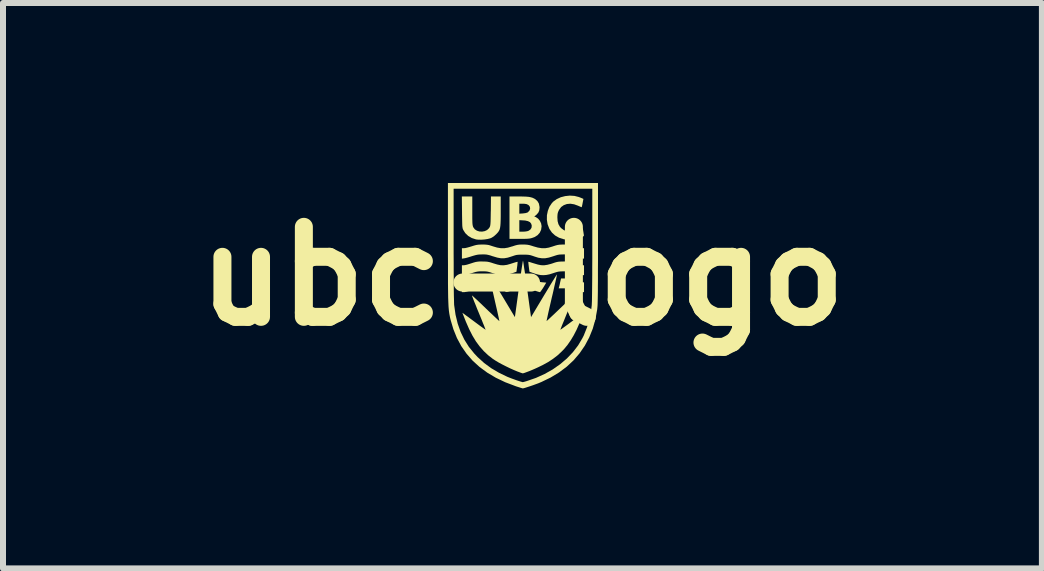
<source format=kicad_pcb>
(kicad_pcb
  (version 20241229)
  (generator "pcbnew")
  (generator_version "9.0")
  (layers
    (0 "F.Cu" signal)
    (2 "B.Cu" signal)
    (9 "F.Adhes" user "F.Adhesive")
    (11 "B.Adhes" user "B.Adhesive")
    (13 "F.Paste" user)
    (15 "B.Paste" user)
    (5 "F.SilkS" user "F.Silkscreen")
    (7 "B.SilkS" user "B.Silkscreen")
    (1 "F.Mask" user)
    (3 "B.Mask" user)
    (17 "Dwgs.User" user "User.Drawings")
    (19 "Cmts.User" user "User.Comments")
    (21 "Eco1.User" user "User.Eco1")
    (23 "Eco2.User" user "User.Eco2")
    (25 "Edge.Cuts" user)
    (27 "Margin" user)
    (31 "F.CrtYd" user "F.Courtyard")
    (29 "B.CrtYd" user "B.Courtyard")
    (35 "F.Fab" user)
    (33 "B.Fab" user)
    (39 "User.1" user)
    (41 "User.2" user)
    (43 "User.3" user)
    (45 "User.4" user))
  (footprint "ubc-logo"
    (layer "F.Cu")
    (at 5.657 1.552)
    (property "Reference" "ubc-logo" (at 0 0 0) (layer "F.SilkS") (effects (font (size 1.5 1.5) (thickness 0.3))))
    (attr board_only exclude_from_pos_files exclude_from_bom)
    (fp_poly (pts (xy -0.123 0.055) (xy -0.122 0.065) (xy -0.124 0.088) (xy -0.127 0.12) (xy -0.13 0.141) (xy -0.14 0.223) (xy -0.189 0.24) (xy -0.227 0.255) (xy -0.254 0.262) (xy -0.273 0.262) (xy -0.289 0.253) (xy -0.304 0.232) (xy -0.324 0.199) (xy -0.331 0.188) (xy -0.379 0.108) (xy -0.313 0.102) (xy -0.266 0.095) (xy -0.217 0.084) (xy -0.186 0.074) (xy -0.157 0.064) (xy -0.135 0.057) (xy -0.123 0.055)) (stroke (width 0) (type solid)) (fill yes) (layer "F.SilkS"))
    (fp_poly (pts (xy -0.612 0.099) (xy -0.604 0.133) (xy -0.597 0.162) (xy -0.593 0.181) (xy -0.587 0.203) (xy -0.675 0.203) (xy -0.717 0.204) (xy -0.751 0.207) (xy -0.783 0.213) (xy -0.819 0.223) (xy -0.855 0.236) (xy -0.896 0.249) (xy -0.933 0.259) (xy -0.963 0.266) (xy -0.978 0.267) (xy -1.009 0.267) (xy -1.009 0.185) (xy -1.009 0.103) (xy -0.982 0.103) (xy -0.964 0.101) (xy -0.934 0.094) (xy -0.896 0.083) (xy -0.86 0.072) (xy -0.81 0.056) (xy -0.771 0.046) (xy -0.737 0.041) (xy -0.701 0.039) (xy -0.694 0.039) (xy -0.626 0.039)) (stroke (width 0) (type solid)) (fill yes) (layer "F.SilkS"))
    (fp_poly (pts (xy 0.149 0.056) (xy 0.17 0.062) (xy 0.199 0.072) (xy 0.203 0.074) (xy 0.247 0.087) (xy 0.297 0.098) (xy 0.33 0.102) (xy 0.397 0.108) (xy 0.349 0.188) (xy 0.328 0.22) (xy 0.31 0.246) (xy 0.297 0.263) (xy 0.291 0.267) (xy 0.278 0.264) (xy 0.254 0.257) (xy 0.223 0.247) (xy 0.22 0.246) (xy 0.191 0.235) (xy 0.169 0.228) (xy 0.159 0.224) (xy 0.158 0.224) (xy 0.156 0.216) (xy 0.153 0.196) (xy 0.15 0.167) (xy 0.146 0.134) (xy 0.143 0.102) (xy 0.141 0.076) (xy 0.14 0.059) (xy 0.14 0.055)) (stroke (width 0) (type solid)) (fill yes) (layer "F.SilkS"))
    (fp_poly (pts (xy 0.712 0.039) (xy 0.748 0.041) (xy 0.783 0.045) (xy 0.821 0.054) (xy 0.868 0.069) (xy 0.877 0.072) (xy 0.918 0.084) (xy 0.955 0.095) (xy 0.984 0.101) (xy 1 0.103) (xy 1.026 0.103) (xy 1.026 0.185) (xy 1.026 0.267) (xy 0.994 0.267) (xy 0.972 0.264) (xy 0.939 0.256) (xy 0.901 0.245) (xy 0.871 0.235) (xy 0.827 0.221) (xy 0.793 0.211) (xy 0.761 0.206) (xy 0.726 0.204) (xy 0.692 0.203) (xy 0.604 0.203) (xy 0.61 0.181) (xy 0.615 0.162) (xy 0.622 0.132) (xy 0.629 0.099) (xy 0.643 0.039)) (stroke (width 0) (type solid)) (fill yes) (layer "F.SilkS"))
    (fp_poly (pts (xy -0.668 -0.244) (xy -0.623 -0.243) (xy -0.589 -0.241) (xy -0.557 -0.235) (xy -0.523 -0.226) (xy -0.481 -0.212) (xy -0.417 -0.193) (xy -0.363 -0.182) (xy -0.311 -0.181) (xy -0.258 -0.188) (xy -0.198 -0.205) (xy -0.176 -0.212) (xy -0.139 -0.224) (xy -0.109 -0.233) (xy -0.088 -0.238) (xy -0.081 -0.239) (xy -0.081 -0.23) (xy -0.083 -0.207) (xy -0.086 -0.175) (xy -0.089 -0.155) (xy -0.1 -0.073) (xy -0.168 -0.049) (xy -0.249 -0.025) (xy -0.322 -0.016) (xy -0.375 -0.018) (xy -0.402 -0.023) (xy -0.44 -0.032) (xy -0.481 -0.045) (xy -0.5 -0.051) (xy -0.542 -0.065) (xy -0.576 -0.074) (xy -0.61 -0.079) (xy -0.649 -0.08) (xy -0.668 -0.08) (xy -0.709 -0.08) (xy -0.742 -0.077) (xy -0.774 -0.071) (xy -0.809 -0.061) (xy -0.847 -0.049) (xy -0.888 -0.036) (xy -0.927 -0.025) (xy -0.958 -0.019) (xy -0.974 -0.017) (xy -1.009 -0.017) (xy -1.009 -0.099) (xy -1.009 -0.181) (xy -0.978 -0.181) (xy -0.957 -0.184) (xy -0.925 -0.191) (xy -0.887 -0.203) (xy -0.855 -0.213) (xy -0.812 -0.227) (xy -0.779 -0.236) (xy -0.749 -0.241) (xy -0.717 -0.244) (xy -0.674 -0.244)) (stroke (width 0) (type solid)) (fill yes) (layer "F.SilkS"))
    (fp_poly (pts (xy 0.729 -0.244) (xy 0.763 -0.242) (xy 0.793 -0.237) (xy 0.825 -0.228) (xy 0.867 -0.215) (xy 0.872 -0.213) (xy 0.913 -0.2) (xy 0.951 -0.189) (xy 0.98 -0.183) (xy 0.995 -0.181) (xy 1.026 -0.181) (xy 1.026 -0.099) (xy 1.026 -0.017) (xy 0.992 -0.017) (xy 0.969 -0.02) (xy 0.936 -0.028) (xy 0.896 -0.039) (xy 0.864 -0.049) (xy 0.82 -0.063) (xy 0.786 -0.072) (xy 0.755 -0.078) (xy 0.721 -0.08) (xy 0.685 -0.08) (xy 0.641 -0.079) (xy 0.606 -0.076) (xy 0.573 -0.069) (xy 0.535 -0.057) (xy 0.517 -0.051) (xy 0.454 -0.031) (xy 0.4 -0.02) (xy 0.351 -0.016) (xy 0.302 -0.018) (xy 0.302 -0.018) (xy 0.27 -0.024) (xy 0.23 -0.034) (xy 0.191 -0.047) (xy 0.186 -0.049) (xy 0.117 -0.073) (xy 0.106 -0.155) (xy 0.102 -0.19) (xy 0.099 -0.218) (xy 0.098 -0.236) (xy 0.098 -0.239) (xy 0.107 -0.238) (xy 0.129 -0.232) (xy 0.16 -0.222) (xy 0.193 -0.212) (xy 0.257 -0.193) (xy 0.312 -0.182) (xy 0.363 -0.181) (xy 0.416 -0.189) (xy 0.477 -0.205) (xy 0.499 -0.212) (xy 0.542 -0.227) (xy 0.576 -0.236) (xy 0.608 -0.241) (xy 0.643 -0.243) (xy 0.685 -0.244)) (stroke (width 0) (type solid)) (fill yes) (layer "F.SilkS"))
    (fp_poly (pts (xy -0.836 -1.089) (xy -0.836 -1.018) (xy -0.836 -0.962) (xy -0.835 -0.919) (xy -0.834 -0.887) (xy -0.832 -0.863) (xy -0.829 -0.845) (xy -0.826 -0.831) (xy -0.821 -0.819) (xy -0.819 -0.814) (xy -0.794 -0.78) (xy -0.758 -0.757) (xy -0.717 -0.744) (xy -0.672 -0.742) (xy -0.629 -0.75) (xy -0.59 -0.768) (xy -0.559 -0.797) (xy -0.547 -0.815) (xy -0.542 -0.826) (xy -0.538 -0.839) (xy -0.535 -0.856) (xy -0.533 -0.878) (xy -0.531 -0.909) (xy -0.53 -0.949) (xy -0.529 -1.002) (xy -0.528 -1.07) (xy -0.527 -1.089) (xy -0.525 -1.328) (xy -0.443 -1.328) (xy -0.362 -1.328) (xy -0.362 -1.084) (xy -0.362 -1.002) (xy -0.363 -0.936) (xy -0.365 -0.882) (xy -0.368 -0.84) (xy -0.373 -0.806) (xy -0.38 -0.779) (xy -0.39 -0.757) (xy -0.403 -0.737) (xy -0.42 -0.717) (xy -0.438 -0.698) (xy -0.476 -0.664) (xy -0.512 -0.641) (xy -0.537 -0.63) (xy -0.58 -0.619) (xy -0.632 -0.611) (xy -0.688 -0.607) (xy -0.739 -0.608) (xy -0.774 -0.612) (xy -0.844 -0.635) (xy -0.904 -0.67) (xy -0.953 -0.717) (xy -0.984 -0.766) (xy -0.99 -0.778) (xy -0.995 -0.79) (xy -0.998 -0.804) (xy -1.001 -0.822) (xy -1.003 -0.847) (xy -1.004 -0.88) (xy -1.005 -0.923) (xy -1.006 -0.979) (xy -1.007 -1.05) (xy -1.007 -1.067) (xy -1.01 -1.328) (xy -0.923 -1.328) (xy -0.836 -1.328)) (stroke (width 0) (type solid)) (fill yes) (layer "F.SilkS"))
    (fp_poly (pts (xy 0.867 -1.337) (xy 0.939 -1.319) (xy 0.97 -1.307) (xy 1.016 -1.286) (xy 1.003 -1.219) (xy 0.997 -1.187) (xy 0.991 -1.162) (xy 0.988 -1.15) (xy 0.988 -1.149) (xy 0.979 -1.151) (xy 0.96 -1.159) (xy 0.932 -1.171) (xy 0.928 -1.173) (xy 0.862 -1.197) (xy 0.799 -1.207) (xy 0.741 -1.202) (xy 0.689 -1.183) (xy 0.645 -1.152) (xy 0.612 -1.107) (xy 0.607 -1.098) (xy 0.593 -1.067) (xy 0.586 -1.04) (xy 0.583 -1.008) (xy 0.582 -0.979) (xy 0.586 -0.916) (xy 0.6 -0.865) (xy 0.624 -0.823) (xy 0.645 -0.8) (xy 0.691 -0.766) (xy 0.747 -0.746) (xy 0.798 -0.741) (xy 0.833 -0.744) (xy 0.874 -0.752) (xy 0.915 -0.764) (xy 0.949 -0.777) (xy 0.97 -0.788) (xy 0.989 -0.799) (xy 1.001 -0.797) (xy 1.008 -0.781) (xy 1.012 -0.758) (xy 1.017 -0.727) (xy 1.021 -0.699) (xy 1.023 -0.69) (xy 1.024 -0.676) (xy 1.019 -0.666) (xy 1.003 -0.656) (xy 0.983 -0.647) (xy 0.895 -0.619) (xy 0.806 -0.606) (xy 0.717 -0.61) (xy 0.685 -0.616) (xy 0.61 -0.64) (xy 0.545 -0.677) (xy 0.492 -0.725) (xy 0.451 -0.784) (xy 0.446 -0.794) (xy 0.419 -0.865) (xy 0.407 -0.94) (xy 0.408 -1.015) (xy 0.423 -1.088) (xy 0.449 -1.155) (xy 0.489 -1.215) (xy 0.515 -1.243) (xy 0.572 -1.284) (xy 0.639 -1.315) (xy 0.713 -1.334) (xy 0.79 -1.342)) (stroke (width 0) (type solid)) (fill yes) (layer "F.SilkS"))
    (fp_poly (pts (xy 0.005 -1.327) (xy 0.061 -1.325) (xy 0.106 -1.321) (xy 0.141 -1.314) (xy 0.171 -1.305) (xy 0.197 -1.292) (xy 0.21 -1.285) (xy 0.249 -1.251) (xy 0.274 -1.209) (xy 0.284 -1.157) (xy 0.285 -1.142) (xy 0.28 -1.095) (xy 0.264 -1.058) (xy 0.236 -1.026) (xy 0.228 -1.019) (xy 0.197 -0.994) (xy 0.223 -0.984) (xy 0.26 -0.959) (xy 0.29 -0.923) (xy 0.311 -0.879) (xy 0.319 -0.833) (xy 0.319 -0.83) (xy 0.311 -0.772) (xy 0.288 -0.723) (xy 0.251 -0.682) (xy 0.201 -0.651) (xy 0.168 -0.639) (xy 0.145 -0.632) (xy 0.121 -0.627) (xy 0.094 -0.624) (xy 0.061 -0.622) (xy 0.017 -0.621) (xy -0.04 -0.621) (xy -0.053 -0.621) (xy -0.216 -0.621) (xy -0.216 -0.837) (xy -0.052 -0.837) (xy -0.052 -0.741) (xy 0.009 -0.741) (xy 0.044 -0.743) (xy 0.077 -0.748) (xy 0.098 -0.754) (xy 0.131 -0.775) (xy 0.151 -0.806) (xy 0.155 -0.842) (xy 0.146 -0.873) (xy 0.126 -0.899) (xy 0.093 -0.916) (xy 0.046 -0.927) (xy 0.015 -0.929) (xy -0.052 -0.933) (xy -0.052 -0.837) (xy -0.216 -0.837) (xy -0.216 -0.974) (xy -0.216 -1.124) (xy -0.052 -1.124) (xy -0.052 -1.041) (xy 0.009 -1.045) (xy 0.054 -1.051) (xy 0.085 -1.061) (xy 0.093 -1.067) (xy 0.118 -1.094) (xy 0.128 -1.124) (xy 0.124 -1.155) (xy 0.105 -1.181) (xy 0.092 -1.19) (xy 0.067 -1.201) (xy 0.034 -1.206) (xy 0.006 -1.207) (xy -0.052 -1.207) (xy -0.052 -1.124) (xy -0.216 -1.124) (xy -0.216 -1.328) (xy -0.065 -1.328)) (stroke (width 0) (type solid)) (fill yes) (layer "F.SilkS"))
    (fp_poly (pts (xy 0.05 -0.526) (xy 0.084 -0.523) (xy 0.116 -0.517) (xy 0.154 -0.506) (xy 0.185 -0.496) (xy 0.256 -0.476) (xy 0.319 -0.466) (xy 0.377 -0.465) (xy 0.438 -0.475) (xy 0.505 -0.495) (xy 0.507 -0.496) (xy 0.55 -0.51) (xy 0.584 -0.519) (xy 0.615 -0.524) (xy 0.651 -0.526) (xy 0.685 -0.527) (xy 0.728 -0.526) (xy 0.763 -0.523) (xy 0.795 -0.518) (xy 0.831 -0.508) (xy 0.866 -0.496) (xy 0.907 -0.483) (xy 0.945 -0.473) (xy 0.976 -0.467) (xy 0.992 -0.466) (xy 1.026 -0.466) (xy 1.026 -0.378) (xy 1.026 -0.291) (xy 0.986 -0.297) (xy 0.961 -0.302) (xy 0.926 -0.312) (xy 0.885 -0.324) (xy 0.858 -0.333) (xy 0.813 -0.347) (xy 0.777 -0.355) (xy 0.744 -0.36) (xy 0.706 -0.362) (xy 0.685 -0.362) (xy 0.644 -0.361) (xy 0.612 -0.359) (xy 0.581 -0.353) (xy 0.545 -0.342) (xy 0.509 -0.33) (xy 0.44 -0.309) (xy 0.379 -0.298) (xy 0.322 -0.298) (xy 0.264 -0.307) (xy 0.2 -0.327) (xy 0.198 -0.328) (xy 0.163 -0.34) (xy 0.134 -0.349) (xy 0.108 -0.354) (xy 0.078 -0.357) (xy 0.04 -0.358) (xy 0.009 -0.358) (xy -0.038 -0.358) (xy -0.072 -0.356) (xy -0.1 -0.353) (xy -0.127 -0.346) (xy -0.157 -0.336) (xy -0.181 -0.328) (xy -0.245 -0.308) (xy -0.303 -0.298) (xy -0.36 -0.298) (xy -0.42 -0.309) (xy -0.49 -0.33) (xy -0.492 -0.33) (xy -0.536 -0.345) (xy -0.57 -0.354) (xy -0.601 -0.36) (xy -0.635 -0.362) (xy -0.667 -0.362) (xy -0.71 -0.361) (xy -0.744 -0.358) (xy -0.778 -0.351) (xy -0.818 -0.34) (xy -0.841 -0.333) (xy -0.882 -0.32) (xy -0.922 -0.308) (xy -0.954 -0.3) (xy -0.969 -0.297) (xy -1.009 -0.291) (xy -1.009 -0.378) (xy -1.009 -0.466) (xy -0.974 -0.466) (xy -0.952 -0.468) (xy -0.918 -0.476) (xy -0.879 -0.487) (xy -0.849 -0.496) (xy -0.805 -0.51) (xy -0.77 -0.519) (xy -0.738 -0.524) (xy -0.703 -0.526) (xy -0.668 -0.527) (xy -0.624 -0.526) (xy -0.59 -0.523) (xy -0.559 -0.518) (xy -0.524 -0.507) (xy -0.49 -0.496) (xy -0.422 -0.476) (xy -0.362 -0.466) (xy -0.303 -0.465) (xy -0.241 -0.475) (xy -0.17 -0.496) (xy -0.168 -0.496) (xy -0.123 -0.511) (xy -0.088 -0.52) (xy -0.055 -0.525) (xy -0.02 -0.527) (xy 0.009 -0.527)) (stroke (width 0) (type solid)) (fill yes) (layer "F.SilkS"))
    (fp_poly (pts (xy 1.259 -0.548) (xy 1.259 -0.39) (xy 1.259 -0.249) (xy 1.258 -0.122) (xy 1.258 -0.011) (xy 1.258 0.088) (xy 1.257 0.174) (xy 1.257 0.249) (xy 1.256 0.313) (xy 1.255 0.368) (xy 1.254 0.414) (xy 1.253 0.452) (xy 1.252 0.484) (xy 1.25 0.511) (xy 1.248 0.533) (xy 1.246 0.551) (xy 1.246 0.554) (xy 1.216 0.719) (xy 1.172 0.875) (xy 1.113 1.021) (xy 1.04 1.158) (xy 0.953 1.285) (xy 0.853 1.402) (xy 0.738 1.509) (xy 0.61 1.605) (xy 0.469 1.69) (xy 0.314 1.765) (xy 0.299 1.771) (xy 0.261 1.787) (xy 0.217 1.803) (xy 0.17 1.82) (xy 0.123 1.836) (xy 0.08 1.85) (xy 0.043 1.862) (xy 0.017 1.869) (xy 0.005 1.871) (xy -0.006 1.868) (xy -0.03 1.861) (xy -0.064 1.85) (xy -0.105 1.837) (xy -0.116 1.833) (xy -0.287 1.768) (xy -0.444 1.693) (xy -0.587 1.608) (xy -0.716 1.513) (xy -0.831 1.408) (xy -0.932 1.292) (xy -1.019 1.167) (xy -1.092 1.031) (xy -1.151 0.885) (xy -1.195 0.737) (xy -1.202 0.709) (xy -1.208 0.683) (xy -1.213 0.657) (xy -1.218 0.631) (xy -1.222 0.604) (xy -1.226 0.575) (xy -1.229 0.542) (xy -1.232 0.505) (xy -1.234 0.462) (xy -1.236 0.413) (xy -1.238 0.356) (xy -1.239 0.291) (xy -1.24 0.216) (xy -1.241 0.131) (xy -1.241 0.034) (xy -1.241 -0.076) (xy -1.241 -0.2) (xy -1.242 -0.338) (xy -1.242 -0.493) (xy -1.242 -0.531) (xy -1.147 -0.531) (xy -1.147 -0.371) (xy -1.146 -0.223) (xy -1.146 -0.087) (xy -1.145 0.036) (xy -1.145 0.146) (xy -1.144 0.242) (xy -1.143 0.323) (xy -1.141 0.389) (xy -1.14 0.439) (xy -1.139 0.473) (xy -1.138 0.484) (xy -1.115 0.644) (xy -1.079 0.792) (xy -1.03 0.931) (xy -0.968 1.059) (xy -0.892 1.18) (xy -0.801 1.292) (xy -0.746 1.35) (xy -0.638 1.448) (xy -0.521 1.534) (xy -0.392 1.61) (xy -0.251 1.678) (xy -0.218 1.691) (xy -0.185 1.704) (xy -0.146 1.718) (xy -0.105 1.733) (xy -0.066 1.746) (xy -0.032 1.757) (xy -0.007 1.764) (xy 0.003 1.767) (xy 0.015 1.765) (xy 0.038 1.759) (xy 0.068 1.75) (xy 0.072 1.749) (xy 0.225 1.696) (xy 0.369 1.631) (xy 0.504 1.555) (xy 0.628 1.468) (xy 0.741 1.372) (xy 0.841 1.267) (xy 0.928 1.154) (xy 0.999 1.034) (xy 1.021 0.991) (xy 1.075 0.856) (xy 1.117 0.711) (xy 1.146 0.558) (xy 1.155 0.484) (xy 1.156 0.46) (xy 1.158 0.418) (xy 1.159 0.361) (xy 1.16 0.288) (xy 1.161 0.201) (xy 1.162 0.099) (xy 1.163 -0.017) (xy 1.163 -0.146) (xy 1.164 -0.288) (xy 1.164 -0.441) (xy 1.164 -0.531) (xy 1.164 -1.457) (xy 0.009 -1.457) (xy -1.147 -1.457) (xy -1.147 -0.531) (xy -1.242 -0.531) (xy -1.242 -0.548) (xy -1.242 -1.552) (xy 0.009 -1.552) (xy 1.259 -1.552)) (stroke (width 0) (type solid)) (fill yes) (layer "F.SilkS"))
    (fp_poly (pts (xy 0.011 -0.25) (xy 0.015 -0.227) (xy 0.021 -0.189) (xy 0.028 -0.138) (xy 0.038 -0.077) (xy 0.048 -0.007) (xy 0.059 0.072) (xy 0.071 0.157) (xy 0.078 0.212) (xy 0.143 0.683) (xy 0.358 0.324) (xy 0.401 0.253) (xy 0.441 0.187) (xy 0.477 0.127) (xy 0.509 0.075) (xy 0.536 0.032) (xy 0.556 -0.000211) (xy 0.57 -0.021) (xy 0.575 -0.028) (xy 0.575 -0.028) (xy 0.574 -0.019) (xy 0.569 0.006) (xy 0.561 0.044) (xy 0.55 0.094) (xy 0.536 0.153) (xy 0.521 0.221) (xy 0.504 0.296) (xy 0.488 0.362) (xy 0.47 0.441) (xy 0.453 0.514) (xy 0.438 0.58) (xy 0.425 0.638) (xy 0.415 0.685) (xy 0.407 0.721) (xy 0.403 0.743) (xy 0.402 0.749) (xy 0.408 0.744) (xy 0.426 0.728) (xy 0.453 0.703) (xy 0.488 0.67) (xy 0.531 0.63) (xy 0.578 0.585) (xy 0.63 0.535) (xy 0.63 0.535) (xy 0.682 0.486) (xy 0.729 0.44) (xy 0.772 0.4) (xy 0.807 0.367) (xy 0.834 0.342) (xy 0.852 0.327) (xy 0.859 0.322) (xy 0.859 0.322) (xy 0.857 0.33) (xy 0.849 0.353) (xy 0.835 0.388) (xy 0.817 0.433) (xy 0.796 0.487) (xy 0.771 0.548) (xy 0.746 0.608) (xy 0.719 0.674) (xy 0.695 0.734) (xy 0.673 0.787) (xy 0.655 0.831) (xy 0.642 0.865) (xy 0.634 0.886) (xy 0.632 0.893) (xy 0.639 0.889) (xy 0.658 0.876) (xy 0.687 0.855) (xy 0.724 0.828) (xy 0.768 0.796) (xy 0.802 0.77) (xy 0.85 0.735) (xy 0.895 0.701) (xy 0.934 0.672) (xy 0.966 0.649) (xy 0.987 0.633) (xy 0.994 0.628) (xy 1.018 0.611) (xy 0.997 0.665) (xy 0.949 0.787) (xy 0.902 0.894) (xy 0.854 0.987) (xy 0.804 1.07) (xy 0.752 1.145) (xy 0.696 1.213) (xy 0.652 1.258) (xy 0.583 1.322) (xy 0.51 1.378) (xy 0.43 1.431) (xy 0.337 1.482) (xy 0.31 1.495) (xy 0.263 1.518) (xy 0.213 1.541) (xy 0.162 1.563) (xy 0.114 1.583) (xy 0.071 1.599) (xy 0.036 1.612) (xy 0.012 1.619) (xy 0.004 1.62) (xy -0.007 1.617) (xy -0.031 1.609) (xy -0.062 1.597) (xy -0.082 1.59) (xy -0.14 1.566) (xy -0.205 1.537) (xy -0.273 1.504) (xy -0.34 1.47) (xy -0.401 1.437) (xy -0.454 1.405) (xy -0.491 1.381) (xy -0.572 1.318) (xy -0.645 1.249) (xy -0.712 1.173) (xy -0.775 1.088) (xy -0.833 0.992) (xy -0.888 0.884) (xy -0.942 0.761) (xy -0.98 0.665) (xy -1.001 0.611) (xy -0.977 0.628) (xy -0.963 0.638) (xy -0.938 0.657) (xy -0.903 0.682) (xy -0.862 0.713) (xy -0.816 0.747) (xy -0.785 0.77) (xy -0.738 0.805) (xy -0.696 0.836) (xy -0.661 0.861) (xy -0.634 0.88) (xy -0.618 0.891) (xy -0.614 0.893) (xy -0.617 0.885) (xy -0.626 0.863) (xy -0.639 0.828) (xy -0.658 0.783) (xy -0.679 0.729) (xy -0.704 0.669) (xy -0.729 0.608) (xy -0.756 0.543) (xy -0.78 0.482) (xy -0.802 0.429) (xy -0.819 0.385) (xy -0.832 0.351) (xy -0.84 0.329) (xy -0.842 0.322) (xy -0.835 0.327) (xy -0.817 0.342) (xy -0.79 0.367) (xy -0.754 0.4) (xy -0.712 0.44) (xy -0.664 0.486) (xy -0.613 0.535) (xy -0.613 0.535) (xy -0.561 0.585) (xy -0.513 0.63) (xy -0.471 0.67) (xy -0.436 0.703) (xy -0.409 0.728) (xy -0.391 0.744) (xy -0.385 0.749) (xy -0.385 0.749) (xy -0.386 0.74) (xy -0.391 0.716) (xy -0.399 0.679) (xy -0.41 0.63) (xy -0.423 0.571) (xy -0.439 0.503) (xy -0.456 0.429) (xy -0.471 0.362) (xy -0.489 0.283) (xy -0.506 0.21) (xy -0.521 0.143) (xy -0.534 0.085) (xy -0.545 0.037) (xy -0.553 0.001) (xy -0.557 -0.021) (xy -0.558 -0.028) (xy -0.553 -0.022) (xy -0.541 -0.003) (xy -0.521 0.028) (xy -0.495 0.07) (xy -0.464 0.121) (xy -0.428 0.181) (xy -0.388 0.246) (xy -0.345 0.317) (xy -0.341 0.324) (xy -0.126 0.683) (xy -0.061 0.212) (xy -0.049 0.124) (xy -0.037 0.042) (xy -0.027 -0.034) (xy -0.017 -0.101) (xy -0.008 -0.159) (xy -0.001 -0.204) (xy 0.004 -0.237) (xy 0.008 -0.255) (xy 0.009 -0.259)) (stroke (width 0) (type solid)) (fill yes) (layer "F.SilkS")))
  (gr_rect
    (start -3 -3)
    (end 14.314 6.423)
    (stroke (width 0.1) (type default))
    (fill no)
    (layer "Edge.Cuts")))
</source>
